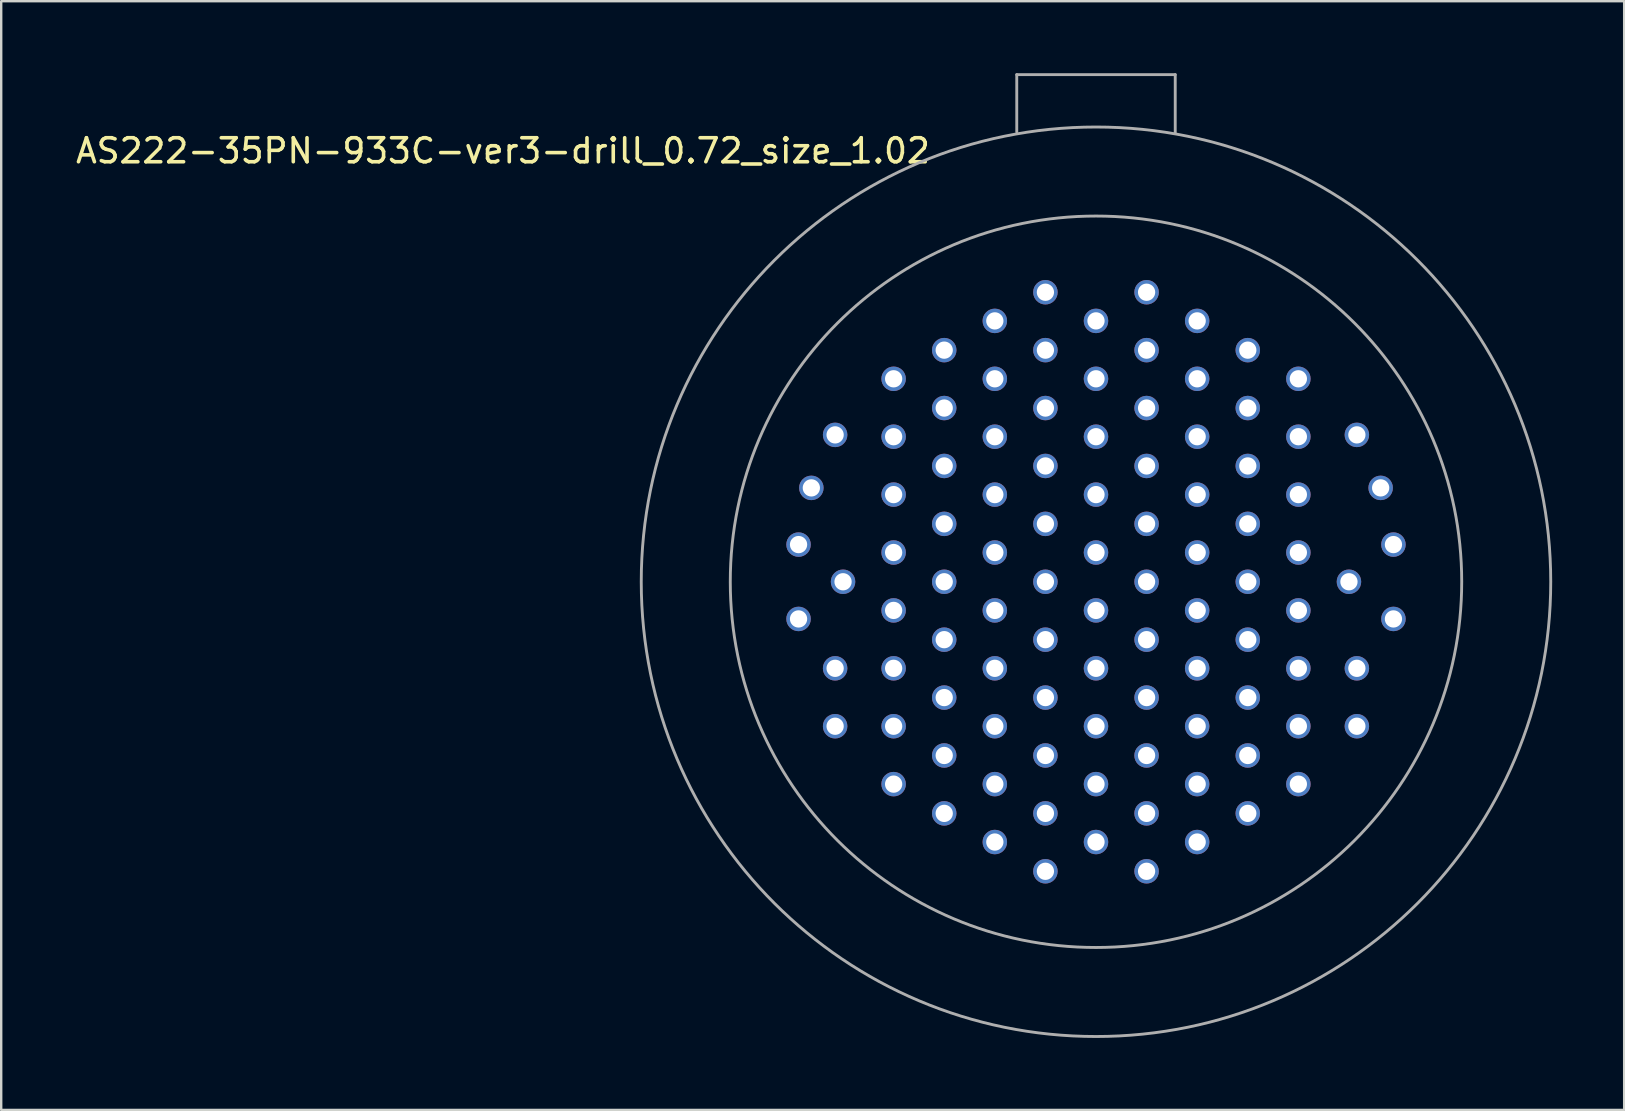
<source format=kicad_pcb>
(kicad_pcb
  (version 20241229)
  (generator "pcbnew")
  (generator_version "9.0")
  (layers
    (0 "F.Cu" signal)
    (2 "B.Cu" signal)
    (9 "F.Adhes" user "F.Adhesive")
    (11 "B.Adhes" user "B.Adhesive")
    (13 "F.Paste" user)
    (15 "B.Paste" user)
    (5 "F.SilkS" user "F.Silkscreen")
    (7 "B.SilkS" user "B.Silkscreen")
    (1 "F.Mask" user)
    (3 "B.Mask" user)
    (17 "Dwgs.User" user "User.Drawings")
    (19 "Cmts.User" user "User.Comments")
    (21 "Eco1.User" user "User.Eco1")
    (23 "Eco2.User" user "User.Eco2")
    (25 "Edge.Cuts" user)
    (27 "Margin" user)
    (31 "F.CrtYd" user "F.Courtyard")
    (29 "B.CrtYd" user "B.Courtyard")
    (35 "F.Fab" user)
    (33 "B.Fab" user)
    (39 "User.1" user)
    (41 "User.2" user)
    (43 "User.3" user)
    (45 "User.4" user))
  (footprint "AS222-35PN-933C-ver3-drill_0.72_size_1.02"
    (layer "F.Cu")
    (at 42.622 21.193)
    (property "Reference" "AS222-35PN-933C-ver3-drill_0.72_size_1.02" (at -24.712 -17.958 0) (layer "F.SilkS") (effects (font (size 1 1) (thickness 0.15))))
    (attr through_hole)
    (fp_line (start -3.302 -21.133) (end -3.302 -18.745) (stroke (width 0.12) (type solid)) (layer "F.Fab"))
    (fp_line (start 3.302 -21.133) (end -3.302 -21.133) (stroke (width 0.12) (type solid)) (layer "F.Fab"))
    (fp_line (start 3.302 -18.72) (end 3.302 -21.133) (stroke (width 0.12) (type solid)) (layer "F.Fab"))
    (fp_circle (center 0 0) (end 15.24 0) (stroke (width 0.12) (type solid)) (fill no) (layer "F.Fab"))
    (fp_circle (center 0 0) (end 18.95 0) (stroke (width 0.12) (type solid)) (fill no) (layer "F.Fab"))
    (pad "1" thru_hole circle (at -10.871 -6.121) (size 1.02 1.02) (drill 0.72) (layers "*.Cu" "*.Mask"))
    (pad "2" thru_hole circle (at -11.862 -3.912) (size 1.02 1.02) (drill 0.72) (layers "*.Cu" "*.Mask"))
    (pad "3" thru_hole circle (at -12.395 -1.549) (size 1.02 1.02) (drill 0.72) (layers "*.Cu" "*.Mask"))
    (pad "4" thru_hole circle (at -10.541 0) (size 1.02 1.02) (drill 0.72) (layers "*.Cu" "*.Mask"))
    (pad "5" thru_hole circle (at -12.395 1.549) (size 1.02 1.02) (drill 0.72) (layers "*.Cu" "*.Mask"))
    (pad "6" thru_hole circle (at -10.871 3.607) (size 1.02 1.02) (drill 0.72) (layers "*.Cu" "*.Mask"))
    (pad "7" thru_hole circle (at -10.871 6.02) (size 1.02 1.02) (drill 0.72) (layers "*.Cu" "*.Mask"))
    (pad "8" thru_hole circle (at -8.433 -8.458) (size 1.02 1.02) (drill 0.72) (layers "*.Cu" "*.Mask"))
    (pad "9" thru_hole circle (at -8.433 -6.045) (size 1.02 1.02) (drill 0.72) (layers "*.Cu" "*.Mask"))
    (pad "10" thru_hole circle (at -8.433 -3.632) (size 1.02 1.02) (drill 0.72) (layers "*.Cu" "*.Mask"))
    (pad "11" thru_hole circle (at -8.433 -1.219) (size 1.02 1.02) (drill 0.72) (layers "*.Cu" "*.Mask"))
    (pad "12" thru_hole circle (at -8.433 1.194) (size 1.02 1.02) (drill 0.72) (layers "*.Cu" "*.Mask"))
    (pad "13" thru_hole circle (at -8.433 3.607) (size 1.02 1.02) (drill 0.72) (layers "*.Cu" "*.Mask"))
    (pad "14" thru_hole circle (at -8.433 6.02) (size 1.02 1.02) (drill 0.72) (layers "*.Cu" "*.Mask"))
    (pad "15" thru_hole circle (at -8.433 8.433) (size 1.02 1.02) (drill 0.72) (layers "*.Cu" "*.Mask"))
    (pad "16" thru_hole circle (at -6.325 -9.652) (size 1.02 1.02) (drill 0.72) (layers "*.Cu" "*.Mask"))
    (pad "17" thru_hole circle (at -6.325 -7.239) (size 1.02 1.02) (drill 0.72) (layers "*.Cu" "*.Mask"))
    (pad "18" thru_hole circle (at -6.325 -4.826) (size 1.02 1.02) (drill 0.72) (layers "*.Cu" "*.Mask"))
    (pad "19" thru_hole circle (at -6.325 -2.413) (size 1.02 1.02) (drill 0.72) (layers "*.Cu" "*.Mask"))
    (pad "20" thru_hole circle (at -6.325 0) (size 1.02 1.02) (drill 0.72) (layers "*.Cu" "*.Mask"))
    (pad "21" thru_hole circle (at -6.325 2.413) (size 1.02 1.02) (drill 0.72) (layers "*.Cu" "*.Mask"))
    (pad "22" thru_hole circle (at -6.325 4.826) (size 1.02 1.02) (drill 0.72) (layers "*.Cu" "*.Mask"))
    (pad "23" thru_hole circle (at -6.325 7.239) (size 1.02 1.02) (drill 0.72) (layers "*.Cu" "*.Mask"))
    (pad "24" thru_hole circle (at -6.325 9.652) (size 1.02 1.02) (drill 0.72) (layers "*.Cu" "*.Mask"))
    (pad "25" thru_hole circle (at -4.216 -10.871) (size 1.02 1.02) (drill 0.72) (layers "*.Cu" "*.Mask"))
    (pad "26" thru_hole circle (at -4.216 -8.458) (size 1.02 1.02) (drill 0.72) (layers "*.Cu" "*.Mask"))
    (pad "27" thru_hole circle (at -4.216 -6.045) (size 1.02 1.02) (drill 0.72) (layers "*.Cu" "*.Mask"))
    (pad "28" thru_hole circle (at -4.216 -3.632) (size 1.02 1.02) (drill 0.72) (layers "*.Cu" "*.Mask"))
    (pad "29" thru_hole circle (at -4.216 -1.219) (size 1.02 1.02) (drill 0.72) (layers "*.Cu" "*.Mask"))
    (pad "30" thru_hole circle (at -4.216 1.194) (size 1.02 1.02) (drill 0.72) (layers "*.Cu" "*.Mask"))
    (pad "31" thru_hole circle (at -4.216 3.607) (size 1.02 1.02) (drill 0.72) (layers "*.Cu" "*.Mask"))
    (pad "32" thru_hole circle (at -4.216 6.02) (size 1.02 1.02) (drill 0.72) (layers "*.Cu" "*.Mask"))
    (pad "33" thru_hole circle (at -4.216 8.433) (size 1.02 1.02) (drill 0.72) (layers "*.Cu" "*.Mask"))
    (pad "34" thru_hole circle (at -4.216 10.846) (size 1.02 1.02) (drill 0.72) (layers "*.Cu" "*.Mask"))
    (pad "35" thru_hole circle (at -2.108 -12.065) (size 1.02 1.02) (drill 0.72) (layers "*.Cu" "*.Mask"))
    (pad "36" thru_hole circle (at -2.108 -9.652) (size 1.02 1.02) (drill 0.72) (layers "*.Cu" "*.Mask"))
    (pad "37" thru_hole circle (at -2.108 -7.239) (size 1.02 1.02) (drill 0.72) (layers "*.Cu" "*.Mask"))
    (pad "38" thru_hole circle (at -2.108 -4.826) (size 1.02 1.02) (drill 0.72) (layers "*.Cu" "*.Mask"))
    (pad "39" thru_hole circle (at -2.108 -2.413) (size 1.02 1.02) (drill 0.72) (layers "*.Cu" "*.Mask"))
    (pad "40" thru_hole circle (at -2.108 0) (size 1.02 1.02) (drill 0.72) (layers "*.Cu" "*.Mask"))
    (pad "41" thru_hole circle (at -2.108 2.413) (size 1.02 1.02) (drill 0.72) (layers "*.Cu" "*.Mask"))
    (pad "42" thru_hole circle (at -2.108 4.826) (size 1.02 1.02) (drill 0.72) (layers "*.Cu" "*.Mask"))
    (pad "43" thru_hole circle (at -2.108 7.239) (size 1.02 1.02) (drill 0.72) (layers "*.Cu" "*.Mask"))
    (pad "44" thru_hole circle (at -2.108 9.652) (size 1.02 1.02) (drill 0.72) (layers "*.Cu" "*.Mask"))
    (pad "45" thru_hole circle (at -2.108 12.065) (size 1.02 1.02) (drill 0.72) (layers "*.Cu" "*.Mask"))
    (pad "46" thru_hole circle (at 0 -10.871) (size 1.02 1.02) (drill 0.72) (layers "*.Cu" "*.Mask"))
    (pad "47" thru_hole circle (at 0 -8.458) (size 1.02 1.02) (drill 0.72) (layers "*.Cu" "*.Mask"))
    (pad "48" thru_hole circle (at 0 -6.045) (size 1.02 1.02) (drill 0.72) (layers "*.Cu" "*.Mask"))
    (pad "49" thru_hole circle (at 0 -3.632) (size 1.02 1.02) (drill 0.72) (layers "*.Cu" "*.Mask"))
    (pad "50" thru_hole circle (at 0 -1.219) (size 1.02 1.02) (drill 0.72) (layers "*.Cu" "*.Mask"))
    (pad "51" thru_hole circle (at 0 1.194) (size 1.02 1.02) (drill 0.72) (layers "*.Cu" "*.Mask"))
    (pad "52" thru_hole circle (at 0 3.607) (size 1.02 1.02) (drill 0.72) (layers "*.Cu" "*.Mask"))
    (pad "53" thru_hole circle (at 0 6.02) (size 1.02 1.02) (drill 0.72) (layers "*.Cu" "*.Mask"))
    (pad "54" thru_hole circle (at 0 8.433) (size 1.02 1.02) (drill 0.72) (layers "*.Cu" "*.Mask"))
    (pad "55" thru_hole circle (at 0 10.846) (size 1.02 1.02) (drill 0.72) (layers "*.Cu" "*.Mask"))
    (pad "56" thru_hole circle (at 2.108 -12.065) (size 1.02 1.02) (drill 0.72) (layers "*.Cu" "*.Mask"))
    (pad "57" thru_hole circle (at 2.108 -9.652) (size 1.02 1.02) (drill 0.72) (layers "*.Cu" "*.Mask"))
    (pad "58" thru_hole circle (at 2.108 -7.239) (size 1.02 1.02) (drill 0.72) (layers "*.Cu" "*.Mask"))
    (pad "59" thru_hole circle (at 2.108 -4.826) (size 1.02 1.02) (drill 0.72) (layers "*.Cu" "*.Mask"))
    (pad "60" thru_hole circle (at 2.108 -2.413) (size 1.02 1.02) (drill 0.72) (layers "*.Cu" "*.Mask"))
    (pad "61" thru_hole circle (at 2.108 0) (size 1.02 1.02) (drill 0.72) (layers "*.Cu" "*.Mask"))
    (pad "62" thru_hole circle (at 2.108 2.413) (size 1.02 1.02) (drill 0.72) (layers "*.Cu" "*.Mask"))
    (pad "63" thru_hole circle (at 2.108 4.826) (size 1.02 1.02) (drill 0.72) (layers "*.Cu" "*.Mask"))
    (pad "64" thru_hole circle (at 2.108 7.239) (size 1.02 1.02) (drill 0.72) (layers "*.Cu" "*.Mask"))
    (pad "65" thru_hole circle (at 2.108 9.652) (size 1.02 1.02) (drill 0.72) (layers "*.Cu" "*.Mask"))
    (pad "66" thru_hole circle (at 2.108 12.065) (size 1.02 1.02) (drill 0.72) (layers "*.Cu" "*.Mask"))
    (pad "67" thru_hole circle (at 4.216 -10.871) (size 1.02 1.02) (drill 0.72) (layers "*.Cu" "*.Mask"))
    (pad "68" thru_hole circle (at 4.216 -8.458) (size 1.02 1.02) (drill 0.72) (layers "*.Cu" "*.Mask"))
    (pad "69" thru_hole circle (at 4.216 -6.045) (size 1.02 1.02) (drill 0.72) (layers "*.Cu" "*.Mask"))
    (pad "70" thru_hole circle (at 4.216 -3.632) (size 1.02 1.02) (drill 0.72) (layers "*.Cu" "*.Mask"))
    (pad "71" thru_hole circle (at 4.216 -1.219) (size 1.02 1.02) (drill 0.72) (layers "*.Cu" "*.Mask"))
    (pad "72" thru_hole circle (at 4.216 1.194) (size 1.02 1.02) (drill 0.72) (layers "*.Cu" "*.Mask"))
    (pad "73" thru_hole circle (at 4.216 3.607) (size 1.02 1.02) (drill 0.72) (layers "*.Cu" "*.Mask"))
    (pad "74" thru_hole circle (at 4.216 6.02) (size 1.02 1.02) (drill 0.72) (layers "*.Cu" "*.Mask"))
    (pad "75" thru_hole circle (at 4.216 8.433) (size 1.02 1.02) (drill 0.72) (layers "*.Cu" "*.Mask"))
    (pad "76" thru_hole circle (at 4.216 10.846) (size 1.02 1.02) (drill 0.72) (layers "*.Cu" "*.Mask"))
    (pad "77" thru_hole circle (at 6.325 -9.652) (size 1.02 1.02) (drill 0.72) (layers "*.Cu" "*.Mask"))
    (pad "78" thru_hole circle (at 6.325 -7.239) (size 1.02 1.02) (drill 0.72) (layers "*.Cu" "*.Mask"))
    (pad "79" thru_hole circle (at 6.325 -4.826) (size 1.02 1.02) (drill 0.72) (layers "*.Cu" "*.Mask"))
    (pad "80" thru_hole circle (at 6.325 -2.413) (size 1.02 1.02) (drill 0.72) (layers "*.Cu" "*.Mask"))
    (pad "81" thru_hole circle (at 6.325 0) (size 1.02 1.02) (drill 0.72) (layers "*.Cu" "*.Mask"))
    (pad "82" thru_hole circle (at 6.325 2.413) (size 1.02 1.02) (drill 0.72) (layers "*.Cu" "*.Mask"))
    (pad "83" thru_hole circle (at 6.325 4.826) (size 1.02 1.02) (drill 0.72) (layers "*.Cu" "*.Mask"))
    (pad "84" thru_hole circle (at 6.325 7.239) (size 1.02 1.02) (drill 0.72) (layers "*.Cu" "*.Mask"))
    (pad "85" thru_hole circle (at 6.325 9.652) (size 1.02 1.02) (drill 0.72) (layers "*.Cu" "*.Mask"))
    (pad "86" thru_hole circle (at 8.433 -8.458) (size 1.02 1.02) (drill 0.72) (layers "*.Cu" "*.Mask"))
    (pad "87" thru_hole circle (at 8.433 -6.045) (size 1.02 1.02) (drill 0.72) (layers "*.Cu" "*.Mask"))
    (pad "88" thru_hole circle (at 8.433 -3.632) (size 1.02 1.02) (drill 0.72) (layers "*.Cu" "*.Mask"))
    (pad "89" thru_hole circle (at 8.433 -1.219) (size 1.02 1.02) (drill 0.72) (layers "*.Cu" "*.Mask"))
    (pad "90" thru_hole circle (at 8.433 1.194) (size 1.02 1.02) (drill 0.72) (layers "*.Cu" "*.Mask"))
    (pad "91" thru_hole circle (at 8.433 3.607) (size 1.02 1.02) (drill 0.72) (layers "*.Cu" "*.Mask"))
    (pad "92" thru_hole circle (at 8.433 6.02) (size 1.02 1.02) (drill 0.72) (layers "*.Cu" "*.Mask"))
    (pad "93" thru_hole circle (at 8.433 8.433) (size 1.02 1.02) (drill 0.72) (layers "*.Cu" "*.Mask"))
    (pad "94" thru_hole circle (at 10.871 -6.121) (size 1.02 1.02) (drill 0.72) (layers "*.Cu" "*.Mask"))
    (pad "95" thru_hole circle (at 11.862 -3.912) (size 1.02 1.02) (drill 0.72) (layers "*.Cu" "*.Mask"))
    (pad "96" thru_hole circle (at 12.395 -1.549) (size 1.02 1.02) (drill 0.72) (layers "*.Cu" "*.Mask"))
    (pad "97" thru_hole circle (at 10.541 0) (size 1.02 1.02) (drill 0.72) (layers "*.Cu" "*.Mask"))
    (pad "98" thru_hole circle (at 12.395 1.549) (size 1.02 1.02) (drill 0.72) (layers "*.Cu" "*.Mask"))
    (pad "99" thru_hole circle (at 10.871 3.607) (size 1.02 1.02) (drill 0.72) (layers "*.Cu" "*.Mask"))
    (pad "100" thru_hole circle (at 10.871 6.02) (size 1.02 1.02) (drill 0.72) (layers "*.Cu" "*.Mask")))
  (gr_rect
    (start -3 -3)
    (end 64.632 43.203)
    (stroke (width 0.1) (type default))
    (fill no)
    (layer "Edge.Cuts")))
</source>
